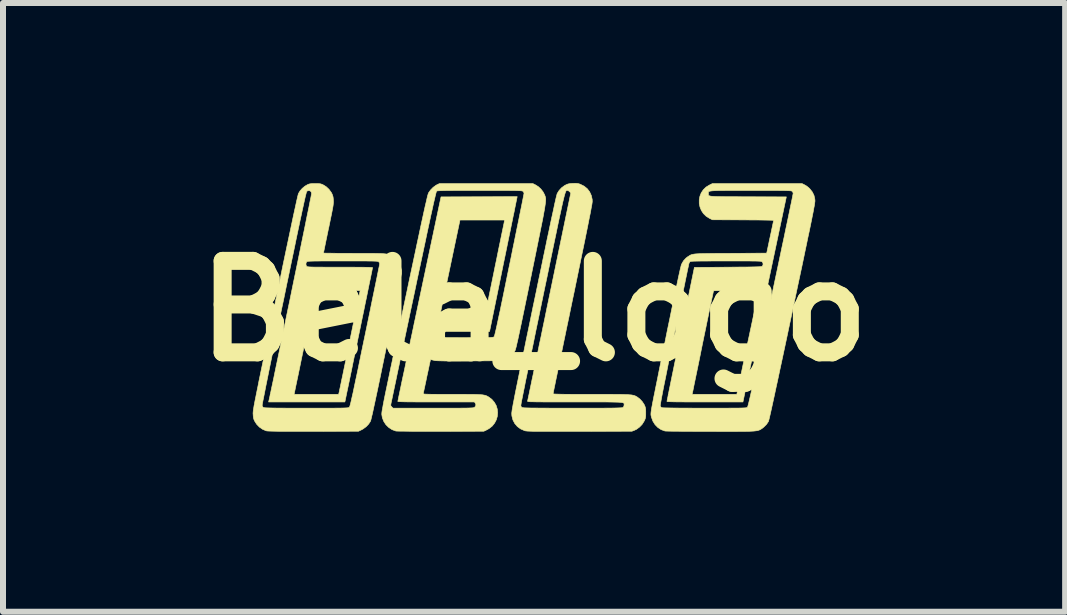
<source format=kicad_pcb>
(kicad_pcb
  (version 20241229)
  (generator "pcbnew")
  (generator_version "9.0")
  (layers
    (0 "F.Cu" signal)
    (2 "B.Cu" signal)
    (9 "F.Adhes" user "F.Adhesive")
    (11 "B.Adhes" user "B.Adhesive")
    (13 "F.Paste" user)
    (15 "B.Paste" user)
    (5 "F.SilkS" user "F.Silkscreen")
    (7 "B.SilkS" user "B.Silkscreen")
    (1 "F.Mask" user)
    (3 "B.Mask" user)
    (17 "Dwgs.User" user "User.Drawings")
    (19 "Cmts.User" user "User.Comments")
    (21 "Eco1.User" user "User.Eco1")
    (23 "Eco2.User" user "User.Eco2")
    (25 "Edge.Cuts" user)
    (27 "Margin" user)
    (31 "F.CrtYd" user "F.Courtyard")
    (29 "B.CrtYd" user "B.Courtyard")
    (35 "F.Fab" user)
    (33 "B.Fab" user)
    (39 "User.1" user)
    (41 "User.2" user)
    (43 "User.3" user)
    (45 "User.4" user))
  (footprint "Bela_logo"
    (layer "F.Cu")
    (at 5.849 2.132)
    (property "Reference" "Bela_logo" (at 0 0 0) (layer "F.SilkS") (effects (font (size 1.524 1.524) (thickness 0.3))))
    (attr through_hole)
    (fp_poly (pts (xy 0.721 -2.125) (xy 0.747 -2.12) (xy 0.772 -2.111) (xy 0.834 -2.08) (xy 0.886 -2.038) (xy 0.926 -1.986) (xy 0.954 -1.925) (xy 0.969 -1.859) (xy 0.97 -1.83) (xy 0.97 -1.82) (xy 0.968 -1.804) (xy 0.965 -1.782) (xy 0.96 -1.753) (xy 0.953 -1.717) (xy 0.945 -1.672) (xy 0.935 -1.619) (xy 0.922 -1.557) (xy 0.908 -1.485) (xy 0.892 -1.403) (xy 0.873 -1.31) (xy 0.852 -1.206) (xy 0.828 -1.089) (xy 0.801 -0.961) (xy 0.772 -0.819) (xy 0.74 -0.664) (xy 0.705 -0.494) (xy 0.667 -0.31) (xy 0.644 -0.202) (xy 0.612 -0.047) (xy 0.581 0.104) (xy 0.55 0.25) (xy 0.521 0.391) (xy 0.493 0.525) (xy 0.467 0.653) (xy 0.442 0.772) (xy 0.419 0.883) (xy 0.398 0.985) (xy 0.379 1.077) (xy 0.362 1.158) (xy 0.348 1.228) (xy 0.336 1.285) (xy 0.327 1.33) (xy 0.321 1.36) (xy 0.318 1.377) (xy 0.317 1.379) (xy 0.32 1.381) (xy 0.33 1.383) (xy 0.347 1.384) (xy 0.372 1.385) (xy 0.406 1.386) (xy 0.451 1.387) (xy 0.506 1.388) (xy 0.572 1.388) (xy 0.652 1.389) (xy 0.744 1.389) (xy 0.851 1.389) (xy 0.955 1.389) (xy 1.075 1.389) (xy 1.181 1.389) (xy 1.272 1.389) (xy 1.351 1.39) (xy 1.419 1.39) (xy 1.476 1.391) (xy 1.524 1.393) (xy 1.564 1.394) (xy 1.596 1.397) (xy 1.623 1.399) (xy 1.644 1.403) (xy 1.662 1.407) (xy 1.677 1.412) (xy 1.69 1.417) (xy 1.702 1.424) (xy 1.715 1.431) (xy 1.718 1.433) (xy 1.762 1.466) (xy 1.802 1.509) (xy 1.834 1.557) (xy 1.84 1.57) (xy 1.85 1.593) (xy 1.856 1.614) (xy 1.86 1.637) (xy 1.861 1.669) (xy 1.861 1.699) (xy 1.861 1.737) (xy 1.859 1.765) (xy 1.855 1.787) (xy 1.848 1.807) (xy 1.837 1.831) (xy 1.835 1.835) (xy 1.802 1.888) (xy 1.758 1.934) (xy 1.708 1.971) (xy 1.677 1.986) (xy 1.631 2.004) (xy 0.758 2.006) (xy 0.621 2.006) (xy 0.499 2.006) (xy 0.391 2.006) (xy 0.297 2.006) (xy 0.214 2.006) (xy 0.143 2.006) (xy 0.082 2.006) (xy 0.03 2.005) (xy -0.013 2.005) (xy -0.048 2.004) (xy -0.077 2.003) (xy -0.099 2.002) (xy -0.117 2.001) (xy -0.131 1.999) (xy -0.143 1.998) (xy -0.151 1.996) (xy -0.159 1.993) (xy -0.16 1.993) (xy -0.224 1.965) (xy -0.278 1.925) (xy -0.321 1.875) (xy -0.352 1.816) (xy -0.369 1.75) (xy -0.371 1.722) (xy -0.372 1.714) (xy -0.371 1.705) (xy -0.371 1.694) (xy -0.369 1.681) (xy -0.367 1.664) (xy -0.364 1.643) (xy -0.36 1.618) (xy -0.354 1.587) (xy -0.352 1.575) (xy -0.221 1.575) (xy -0.212 1.599) (xy -0.198 1.609) (xy -0.192 1.611) (xy -0.179 1.612) (xy -0.159 1.614) (xy -0.13 1.615) (xy -0.093 1.616) (xy -0.047 1.617) (xy 0.01 1.617) (xy 0.078 1.618) (xy 0.158 1.618) (xy 0.25 1.619) (xy 0.356 1.619) (xy 0.476 1.619) (xy 0.611 1.619) (xy 0.643 1.619) (xy 0.777 1.619) (xy 0.895 1.619) (xy 0.999 1.619) (xy 1.091 1.619) (xy 1.169 1.619) (xy 1.237 1.618) (xy 1.294 1.618) (xy 1.341 1.617) (xy 1.38 1.616) (xy 1.411 1.615) (xy 1.435 1.614) (xy 1.453 1.613) (xy 1.466 1.612) (xy 1.475 1.61) (xy 1.481 1.608) (xy 1.483 1.607) (xy 1.497 1.589) (xy 1.5 1.568) (xy 1.501 1.559) (xy 1.501 1.552) (xy 1.501 1.546) (xy 1.499 1.54) (xy 1.494 1.535) (xy 1.486 1.531) (xy 1.474 1.527) (xy 1.457 1.524) (xy 1.433 1.522) (xy 1.402 1.52) (xy 1.364 1.519) (xy 1.316 1.518) (xy 1.259 1.517) (xy 1.191 1.516) (xy 1.112 1.516) (xy 1.02 1.516) (xy 0.915 1.516) (xy 0.796 1.516) (xy 0.682 1.516) (xy 0.552 1.516) (xy 0.437 1.516) (xy 0.336 1.516) (xy 0.248 1.516) (xy 0.173 1.516) (xy 0.109 1.515) (xy 0.055 1.515) (xy 0.011 1.514) (xy -0.025 1.513) (xy -0.053 1.513) (xy -0.074 1.512) (xy -0.089 1.51) (xy -0.099 1.509) (xy -0.105 1.507) (xy -0.108 1.505) (xy -0.108 1.503) (xy -0.108 1.502) (xy -0.106 1.493) (xy -0.101 1.469) (xy -0.093 1.431) (xy -0.082 1.38) (xy -0.069 1.316) (xy -0.053 1.24) (xy -0.035 1.152) (xy -0.014 1.054) (xy 0.008 0.946) (xy 0.033 0.829) (xy 0.059 0.704) (xy 0.086 0.57) (xy 0.116 0.43) (xy 0.146 0.283) (xy 0.178 0.131) (xy 0.21 -0.027) (xy 0.244 -0.189) (xy 0.254 -0.238) (xy 0.612 -1.964) (xy 0.597 -1.984) (xy 0.58 -1.999) (xy 0.562 -2.007) (xy 0.557 -2.008) (xy 0.553 -2.009) (xy 0.548 -2.009) (xy 0.544 -2.009) (xy 0.54 -2.007) (xy 0.536 -2.003) (xy 0.531 -1.996) (xy 0.526 -1.986) (xy 0.521 -1.972) (xy 0.515 -1.954) (xy 0.508 -1.93) (xy 0.5 -1.901) (xy 0.492 -1.866) (xy 0.481 -1.823) (xy 0.47 -1.774) (xy 0.457 -1.716) (xy 0.443 -1.649) (xy 0.426 -1.574) (xy 0.408 -1.489) (xy 0.388 -1.393) (xy 0.366 -1.286) (xy 0.341 -1.168) (xy 0.314 -1.038) (xy 0.284 -0.895) (xy 0.252 -0.739) (xy 0.217 -0.569) (xy 0.178 -0.384) (xy 0.143 -0.214) (xy 0.109 -0.049) (xy 0.076 0.111) (xy 0.043 0.268) (xy 0.012 0.419) (xy -0.017 0.563) (xy -0.046 0.701) (xy -0.072 0.832) (xy -0.097 0.954) (xy -0.12 1.068) (xy -0.142 1.172) (xy -0.16 1.266) (xy -0.177 1.348) (xy -0.191 1.419) (xy -0.203 1.478) (xy -0.212 1.523) (xy -0.217 1.555) (xy -0.22 1.572) (xy -0.221 1.575) (xy -0.352 1.575) (xy -0.348 1.551) (xy -0.339 1.508) (xy -0.33 1.459) (xy -0.319 1.402) (xy -0.306 1.337) (xy -0.291 1.263) (xy -0.274 1.18) (xy -0.255 1.087) (xy -0.234 0.983) (xy -0.21 0.868) (xy -0.184 0.741) (xy -0.155 0.602) (xy -0.124 0.45) (xy -0.089 0.284) (xy -0.052 0.104) (xy -0.012 -0.091) (xy -0.004 -0.128) (xy 0.041 -0.342) (xy 0.082 -0.542) (xy 0.121 -0.726) (xy 0.156 -0.897) (xy 0.189 -1.053) (xy 0.218 -1.195) (xy 0.246 -1.324) (xy 0.27 -1.439) (xy 0.292 -1.543) (xy 0.312 -1.633) (xy 0.329 -1.712) (xy 0.343 -1.78) (xy 0.356 -1.836) (xy 0.366 -1.881) (xy 0.375 -1.916) (xy 0.381 -1.94) (xy 0.385 -1.955) (xy 0.387 -1.959) (xy 0.417 -2.007) (xy 0.458 -2.052) (xy 0.506 -2.088) (xy 0.528 -2.1) (xy 0.554 -2.112) (xy 0.578 -2.119) (xy 0.606 -2.123) (xy 0.643 -2.126) (xy 0.651 -2.126) (xy 0.691 -2.127) (xy 0.721 -2.125)) (stroke (width 0.01) (type solid)) (fill yes) (layer "F.SilkS"))
    (fp_poly (pts (xy -3.607 -2.123) (xy -3.578 -2.121) (xy -3.555 -2.118) (xy -3.535 -2.111) (xy -3.514 -2.102) (xy -3.464 -2.071) (xy -3.418 -2.028) (xy -3.381 -1.978) (xy -3.369 -1.957) (xy -3.357 -1.928) (xy -3.349 -1.9) (xy -3.345 -1.866) (xy -3.344 -1.842) (xy -3.343 -1.826) (xy -3.343 -1.809) (xy -3.345 -1.79) (xy -3.347 -1.767) (xy -3.351 -1.74) (xy -3.357 -1.706) (xy -3.365 -1.664) (xy -3.375 -1.613) (xy -3.388 -1.551) (xy -3.403 -1.477) (xy -3.421 -1.389) (xy -3.425 -1.373) (xy -3.441 -1.296) (xy -3.456 -1.223) (xy -3.47 -1.156) (xy -3.482 -1.097) (xy -3.492 -1.047) (xy -3.5 -1.008) (xy -3.506 -0.981) (xy -3.508 -0.968) (xy -3.508 -0.966) (xy -3.501 -0.965) (xy -3.478 -0.964) (xy -3.443 -0.963) (xy -3.396 -0.963) (xy -3.338 -0.962) (xy -3.271 -0.961) (xy -3.196 -0.961) (xy -3.115 -0.961) (xy -3.028 -0.96) (xy -3.01 -0.96) (xy -2.902 -0.96) (xy -2.808 -0.96) (xy -2.728 -0.96) (xy -2.66 -0.959) (xy -2.603 -0.958) (xy -2.555 -0.957) (xy -2.516 -0.955) (xy -2.484 -0.952) (xy -2.458 -0.949) (xy -2.436 -0.945) (xy -2.418 -0.94) (xy -2.402 -0.935) (xy -2.387 -0.928) (xy -2.376 -0.923) (xy -2.326 -0.89) (xy -2.282 -0.846) (xy -2.247 -0.794) (xy -2.223 -0.737) (xy -2.21 -0.678) (xy -2.21 -0.62) (xy -2.211 -0.62) (xy -2.213 -0.608) (xy -2.218 -0.581) (xy -2.226 -0.541) (xy -2.237 -0.488) (xy -2.25 -0.423) (xy -2.266 -0.346) (xy -2.283 -0.26) (xy -2.303 -0.163) (xy -2.324 -0.059) (xy -2.347 0.054) (xy -2.372 0.173) (xy -2.398 0.298) (xy -2.424 0.428) (xy -2.452 0.562) (xy -2.461 0.607) (xy -2.497 0.779) (xy -2.53 0.937) (xy -2.559 1.079) (xy -2.586 1.208) (xy -2.61 1.323) (xy -2.632 1.425) (xy -2.651 1.514) (xy -2.668 1.592) (xy -2.682 1.658) (xy -2.694 1.713) (xy -2.705 1.757) (xy -2.713 1.791) (xy -2.719 1.816) (xy -2.724 1.832) (xy -2.726 1.838) (xy -2.757 1.885) (xy -2.798 1.928) (xy -2.848 1.965) (xy -2.873 1.979) (xy -2.925 2.004) (xy -3.675 2.006) (xy -3.806 2.006) (xy -3.923 2.006) (xy -4.025 2.006) (xy -4.115 2.006) (xy -4.191 2.005) (xy -4.257 2.005) (xy -4.311 2.004) (xy -4.356 2.003) (xy -4.392 2.002) (xy -4.42 2.001) (xy -4.44 2) (xy -4.455 1.998) (xy -4.463 1.997) (xy -4.522 1.972) (xy -4.577 1.934) (xy -4.623 1.886) (xy -4.656 1.834) (xy -4.668 1.807) (xy -4.675 1.781) (xy -4.679 1.75) (xy -4.681 1.718) (xy -4.682 1.71) (xy -4.682 1.701) (xy -4.681 1.691) (xy -4.68 1.679) (xy -4.679 1.665) (xy -4.676 1.647) (xy -4.673 1.626) (xy -4.669 1.601) (xy -4.664 1.571) (xy -4.531 1.571) (xy -4.525 1.595) (xy -4.509 1.609) (xy -4.508 1.609) (xy -4.502 1.611) (xy -4.488 1.612) (xy -4.467 1.614) (xy -4.438 1.615) (xy -4.399 1.616) (xy -4.351 1.617) (xy -4.291 1.618) (xy -4.22 1.618) (xy -4.137 1.619) (xy -4.04 1.619) (xy -3.929 1.619) (xy -3.803 1.619) (xy -3.793 1.619) (xy -3.672 1.619) (xy -3.566 1.619) (xy -3.473 1.619) (xy -3.394 1.619) (xy -3.326 1.619) (xy -3.269 1.618) (xy -3.222 1.618) (xy -3.184 1.617) (xy -3.154 1.616) (xy -3.13 1.615) (xy -3.113 1.614) (xy -3.1 1.612) (xy -3.091 1.61) (xy -3.085 1.608) (xy -3.081 1.606) (xy -3.079 1.605) (xy -3.077 1.602) (xy -3.074 1.596) (xy -3.07 1.587) (xy -3.066 1.574) (xy -3.061 1.556) (xy -3.055 1.533) (xy -3.048 1.504) (xy -3.04 1.467) (xy -3.03 1.423) (xy -3.018 1.371) (xy -3.005 1.31) (xy -2.99 1.238) (xy -2.973 1.157) (xy -2.953 1.064) (xy -2.931 0.959) (xy -2.907 0.841) (xy -2.88 0.71) (xy -2.85 0.565) (xy -2.817 0.408) (xy -2.789 0.274) (xy -2.762 0.143) (xy -2.736 0.018) (xy -2.712 -0.102) (xy -2.689 -0.214) (xy -2.667 -0.32) (xy -2.647 -0.417) (xy -2.629 -0.504) (xy -2.613 -0.582) (xy -2.6 -0.648) (xy -2.589 -0.703) (xy -2.58 -0.744) (xy -2.575 -0.773) (xy -2.572 -0.787) (xy -2.572 -0.788) (xy -2.577 -0.803) (xy -2.588 -0.818) (xy -2.591 -0.821) (xy -2.595 -0.823) (xy -2.602 -0.825) (xy -2.611 -0.827) (xy -2.625 -0.829) (xy -2.644 -0.83) (xy -2.67 -0.831) (xy -2.703 -0.832) (xy -2.744 -0.832) (xy -2.796 -0.833) (xy -2.858 -0.833) (xy -2.932 -0.833) (xy -3.02 -0.833) (xy -3.121 -0.833) (xy -3.188 -0.833) (xy -3.299 -0.833) (xy -3.395 -0.833) (xy -3.478 -0.833) (xy -3.548 -0.833) (xy -3.606 -0.832) (xy -3.654 -0.832) (xy -3.692 -0.831) (xy -3.722 -0.83) (xy -3.745 -0.829) (xy -3.762 -0.828) (xy -3.774 -0.826) (xy -3.781 -0.824) (xy -3.786 -0.822) (xy -3.788 -0.82) (xy -3.799 -0.8) (xy -3.801 -0.775) (xy -3.794 -0.751) (xy -3.789 -0.745) (xy -3.786 -0.742) (xy -3.781 -0.739) (xy -3.773 -0.737) (xy -3.762 -0.736) (xy -3.745 -0.734) (xy -3.723 -0.733) (xy -3.693 -0.732) (xy -3.654 -0.731) (xy -3.606 -0.731) (xy -3.548 -0.731) (xy -3.477 -0.73) (xy -3.394 -0.73) (xy -3.297 -0.73) (xy -3.233 -0.73) (xy -3.125 -0.73) (xy -3.026 -0.73) (xy -2.939 -0.729) (xy -2.864 -0.729) (xy -2.802 -0.728) (xy -2.752 -0.727) (xy -2.717 -0.725) (xy -2.696 -0.724) (xy -2.691 -0.723) (xy -2.692 -0.714) (xy -2.697 -0.692) (xy -2.704 -0.655) (xy -2.714 -0.607) (xy -2.726 -0.547) (xy -2.741 -0.477) (xy -2.757 -0.398) (xy -2.775 -0.31) (xy -2.794 -0.216) (xy -2.815 -0.116) (xy -2.836 -0.011) (xy -2.859 0.098) (xy -2.882 0.21) (xy -2.905 0.323) (xy -2.929 0.437) (xy -2.952 0.551) (xy -2.975 0.663) (xy -2.998 0.772) (xy -3.02 0.878) (xy -3.04 0.979) (xy -3.06 1.074) (xy -3.078 1.162) (xy -3.095 1.243) (xy -3.11 1.314) (xy -3.123 1.375) (xy -3.133 1.425) (xy -3.141 1.463) (xy -3.146 1.488) (xy -3.148 1.498) (xy -3.153 1.516) (xy -4.423 1.516) (xy -4.419 1.498) (xy -4.415 1.482) (xy -4.408 1.451) (xy -4.399 1.407) (xy -4.395 1.389) (xy -3.998 1.389) (xy -3.256 1.389) (xy -3.247 1.351) (xy -3.244 1.338) (xy -3.239 1.311) (xy -3.23 1.27) (xy -3.219 1.217) (xy -3.206 1.153) (xy -3.19 1.079) (xy -3.173 0.995) (xy -3.154 0.904) (xy -3.134 0.806) (xy -3.113 0.702) (xy -3.09 0.593) (xy -3.072 0.504) (xy -3.049 0.393) (xy -3.027 0.286) (xy -3.006 0.184) (xy -2.986 0.088) (xy -2.968 0.00028) (xy -2.952 -0.08) (xy -2.937 -0.15) (xy -2.925 -0.21) (xy -2.915 -0.258) (xy -2.907 -0.294) (xy -2.903 -0.316) (xy -2.901 -0.323) (xy -2.897 -0.341) (xy -3.268 -0.341) (xy -3.639 -0.341) (xy -3.785 0.363) (xy -3.808 0.471) (xy -3.83 0.577) (xy -3.851 0.681) (xy -3.872 0.78) (xy -3.891 0.873) (xy -3.909 0.96) (xy -3.925 1.038) (xy -3.939 1.105) (xy -3.951 1.161) (xy -3.96 1.205) (xy -3.965 1.228) (xy -3.998 1.389) (xy -4.395 1.389) (xy -4.387 1.351) (xy -4.373 1.283) (xy -4.356 1.204) (xy -4.337 1.115) (xy -4.317 1.016) (xy -4.295 0.91) (xy -4.271 0.796) (xy -4.246 0.675) (xy -4.22 0.549) (xy -4.193 0.418) (xy -4.165 0.283) (xy -4.137 0.145) (xy -4.108 0.005) (xy -4.078 -0.137) (xy -4.049 -0.279) (xy -4.02 -0.421) (xy -3.991 -0.562) (xy -3.962 -0.701) (xy -3.934 -0.837) (xy -3.907 -0.969) (xy -3.881 -1.097) (xy -3.856 -1.219) (xy -3.832 -1.335) (xy -3.81 -1.443) (xy -3.79 -1.544) (xy -3.771 -1.636) (xy -3.754 -1.717) (xy -3.74 -1.789) (xy -3.728 -1.849) (xy -3.718 -1.896) (xy -3.712 -1.93) (xy -3.708 -1.951) (xy -3.707 -1.956) (xy -3.713 -1.983) (xy -3.729 -2) (xy -3.751 -2.007) (xy -3.776 -2.001) (xy -3.785 -1.994) (xy -3.787 -1.991) (xy -3.79 -1.985) (xy -3.794 -1.974) (xy -3.798 -1.959) (xy -3.803 -1.939) (xy -3.81 -1.913) (xy -3.817 -1.881) (xy -3.826 -1.842) (xy -3.836 -1.796) (xy -3.848 -1.741) (xy -3.862 -1.678) (xy -3.877 -1.606) (xy -3.895 -1.525) (xy -3.914 -1.433) (xy -3.936 -1.33) (xy -3.96 -1.216) (xy -3.986 -1.089) (xy -4.015 -0.95) (xy -4.047 -0.798) (xy -4.081 -0.633) (xy -4.119 -0.453) (xy -4.159 -0.258) (xy -4.167 -0.218) (xy -4.202 -0.054) (xy -4.235 0.107) (xy -4.267 0.263) (xy -4.298 0.414) (xy -4.328 0.559) (xy -4.356 0.697) (xy -4.383 0.828) (xy -4.408 0.95) (xy -4.431 1.064) (xy -4.452 1.168) (xy -4.471 1.261) (xy -4.487 1.344) (xy -4.501 1.415) (xy -4.513 1.474) (xy -4.522 1.52) (xy -4.528 1.551) (xy -4.53 1.569) (xy -4.531 1.571) (xy -4.664 1.571) (xy -4.663 1.57) (xy -4.657 1.534) (xy -4.649 1.492) (xy -4.639 1.443) (xy -4.628 1.387) (xy -4.615 1.323) (xy -4.6 1.25) (xy -4.584 1.168) (xy -4.565 1.076) (xy -4.544 0.974) (xy -4.52 0.86) (xy -4.495 0.735) (xy -4.466 0.597) (xy -4.435 0.447) (xy -4.401 0.283) (xy -4.364 0.105) (xy -4.324 -0.088) (xy -4.314 -0.135) (xy -4.268 -0.356) (xy -4.225 -0.561) (xy -4.186 -0.752) (xy -4.149 -0.928) (xy -4.115 -1.089) (xy -4.084 -1.235) (xy -4.056 -1.367) (xy -4.031 -1.486) (xy -4.009 -1.59) (xy -3.989 -1.681) (xy -3.972 -1.759) (xy -3.958 -1.824) (xy -3.946 -1.876) (xy -3.937 -1.915) (xy -3.93 -1.942) (xy -3.926 -1.957) (xy -3.925 -1.958) (xy -3.899 -2.001) (xy -3.862 -2.043) (xy -3.819 -2.079) (xy -3.78 -2.102) (xy -3.758 -2.112) (xy -3.738 -2.118) (xy -3.715 -2.121) (xy -3.685 -2.123) (xy -3.647 -2.123) (xy -3.607 -2.123)) (stroke (width 0.01) (type solid)) (fill yes) (layer "F.SilkS"))
    (fp_poly (pts (xy 4.509 -2.101) (xy 4.54 -2.083) (xy 4.573 -2.057) (xy 4.595 -2.036) (xy 4.637 -1.983) (xy 4.665 -1.926) (xy 4.679 -1.864) (xy 4.68 -1.847) (xy 4.681 -1.84) (xy 4.681 -1.832) (xy 4.68 -1.821) (xy 4.678 -1.808) (xy 4.676 -1.791) (xy 4.673 -1.771) (xy 4.669 -1.746) (xy 4.663 -1.717) (xy 4.657 -1.681) (xy 4.649 -1.639) (xy 4.639 -1.591) (xy 4.628 -1.534) (xy 4.615 -1.47) (xy 4.6 -1.397) (xy 4.583 -1.315) (xy 4.563 -1.223) (xy 4.542 -1.12) (xy 4.518 -1.007) (xy 4.492 -0.881) (xy 4.463 -0.743) (xy 4.431 -0.593) (xy 4.396 -0.429) (xy 4.358 -0.25) (xy 4.318 -0.057) (xy 4.304 0.009) (xy 4.255 0.237) (xy 4.21 0.45) (xy 4.168 0.647) (xy 4.129 0.829) (xy 4.093 0.996) (xy 4.061 1.148) (xy 4.031 1.284) (xy 4.005 1.406) (xy 3.982 1.512) (xy 3.962 1.603) (xy 3.945 1.68) (xy 3.931 1.741) (xy 3.92 1.788) (xy 3.912 1.82) (xy 3.907 1.838) (xy 3.906 1.841) (xy 3.873 1.89) (xy 3.829 1.934) (xy 3.796 1.96) (xy 3.783 1.968) (xy 3.772 1.975) (xy 3.76 1.981) (xy 3.747 1.986) (xy 3.732 1.991) (xy 3.714 1.995) (xy 3.691 1.998) (xy 3.664 2.001) (xy 3.63 2.003) (xy 3.589 2.005) (xy 3.54 2.006) (xy 3.481 2.007) (xy 3.412 2.007) (xy 3.332 2.008) (xy 3.24 2.008) (xy 3.135 2.008) (xy 3.015 2.007) (xy 2.937 2.007) (xy 2.83 2.007) (xy 2.728 2.007) (xy 2.631 2.006) (xy 2.54 2.006) (xy 2.456 2.005) (xy 2.382 2.004) (xy 2.317 2.004) (xy 2.263 2.003) (xy 2.222 2.002) (xy 2.194 2.001) (xy 2.181 2) (xy 2.181 2) (xy 2.118 1.977) (xy 2.063 1.941) (xy 2.017 1.894) (xy 1.981 1.837) (xy 1.957 1.772) (xy 1.95 1.743) (xy 1.949 1.736) (xy 1.948 1.729) (xy 1.948 1.721) (xy 1.948 1.711) (xy 1.949 1.699) (xy 1.95 1.684) (xy 1.953 1.666) (xy 1.956 1.642) (xy 1.961 1.613) (xy 1.966 1.586) (xy 2.103 1.586) (xy 2.103 1.587) (xy 2.117 1.604) (xy 2.125 1.611) (xy 2.136 1.612) (xy 2.163 1.614) (xy 2.204 1.615) (xy 2.262 1.616) (xy 2.334 1.617) (xy 2.421 1.618) (xy 2.523 1.618) (xy 2.639 1.619) (xy 2.77 1.619) (xy 2.839 1.619) (xy 2.96 1.619) (xy 3.067 1.619) (xy 3.16 1.619) (xy 3.24 1.619) (xy 3.308 1.618) (xy 3.366 1.618) (xy 3.413 1.618) (xy 3.451 1.617) (xy 3.482 1.616) (xy 3.506 1.615) (xy 3.523 1.614) (xy 3.536 1.612) (xy 3.545 1.61) (xy 3.55 1.608) (xy 3.554 1.606) (xy 3.555 1.605) (xy 3.557 1.602) (xy 3.56 1.595) (xy 3.564 1.583) (xy 3.568 1.567) (xy 3.574 1.545) (xy 3.581 1.517) (xy 3.589 1.482) (xy 3.599 1.44) (xy 3.61 1.391) (xy 3.623 1.333) (xy 3.637 1.266) (xy 3.654 1.19) (xy 3.673 1.103) (xy 3.694 1.007) (xy 3.717 0.899) (xy 3.742 0.779) (xy 3.77 0.647) (xy 3.801 0.502) (xy 3.835 0.344) (xy 3.871 0.172) (xy 3.911 -0.015) (xy 3.945 -0.175) (xy 3.979 -0.34) (xy 4.013 -0.501) (xy 4.046 -0.657) (xy 4.078 -0.808) (xy 4.108 -0.952) (xy 4.137 -1.09) (xy 4.165 -1.22) (xy 4.19 -1.342) (xy 4.214 -1.455) (xy 4.236 -1.559) (xy 4.255 -1.652) (xy 4.272 -1.734) (xy 4.287 -1.805) (xy 4.299 -1.863) (xy 4.308 -1.908) (xy 4.314 -1.94) (xy 4.318 -1.957) (xy 4.318 -1.959) (xy 4.313 -1.978) (xy 4.302 -1.992) (xy 4.299 -1.995) (xy 4.295 -1.998) (xy 4.289 -2) (xy 4.28 -2.002) (xy 4.267 -2.003) (xy 4.25 -2.004) (xy 4.226 -2.005) (xy 4.195 -2.006) (xy 4.156 -2.007) (xy 4.108 -2.007) (xy 4.05 -2.008) (xy 3.981 -2.008) (xy 3.9 -2.008) (xy 3.806 -2.008) (xy 3.697 -2.008) (xy 3.613 -2.008) (xy 3.491 -2.008) (xy 3.384 -2.008) (xy 3.29 -2.008) (xy 3.21 -2.008) (xy 3.141 -2.007) (xy 3.084 -2.007) (xy 3.037 -2.006) (xy 2.999 -2.004) (xy 2.968 -2.002) (xy 2.946 -1.999) (xy 2.929 -1.996) (xy 2.917 -1.992) (xy 2.91 -1.988) (xy 2.906 -1.982) (xy 2.905 -1.975) (xy 2.905 -1.968) (xy 2.905 -1.96) (xy 2.905 -1.957) (xy 2.905 -1.948) (xy 2.905 -1.94) (xy 2.906 -1.933) (xy 2.909 -1.927) (xy 2.915 -1.922) (xy 2.925 -1.918) (xy 2.941 -1.914) (xy 2.962 -1.911) (xy 2.991 -1.909) (xy 3.027 -1.907) (xy 3.073 -1.906) (xy 3.129 -1.905) (xy 3.196 -1.904) (xy 3.275 -1.904) (xy 3.367 -1.904) (xy 3.473 -1.903) (xy 3.569 -1.903) (xy 4.204 -1.901) (xy 3.481 1.516) (xy 2.848 1.516) (xy 2.728 1.516) (xy 2.624 1.516) (xy 2.534 1.516) (xy 2.457 1.515) (xy 2.392 1.515) (xy 2.339 1.514) (xy 2.297 1.513) (xy 2.264 1.512) (xy 2.24 1.511) (xy 2.225 1.509) (xy 2.217 1.508) (xy 2.215 1.506) (xy 2.217 1.497) (xy 2.221 1.474) (xy 2.229 1.437) (xy 2.238 1.389) (xy 2.634 1.389) (xy 3.379 1.389) (xy 3.428 1.157) (xy 3.438 1.111) (xy 3.45 1.052) (xy 3.465 0.981) (xy 3.482 0.899) (xy 3.501 0.809) (xy 3.522 0.713) (xy 3.543 0.612) (xy 3.565 0.508) (xy 3.588 0.402) (xy 3.61 0.297) (xy 3.611 0.294) (xy 3.744 -0.337) (xy 3.371 -0.339) (xy 3.295 -0.34) (xy 3.225 -0.34) (xy 3.16 -0.34) (xy 3.104 -0.339) (xy 3.058 -0.338) (xy 3.023 -0.338) (xy 3 -0.337) (xy 2.992 -0.335) (xy 2.99 -0.327) (xy 2.984 -0.304) (xy 2.977 -0.268) (xy 2.966 -0.218) (xy 2.953 -0.158) (xy 2.938 -0.087) (xy 2.921 -0.006) (xy 2.903 0.083) (xy 2.883 0.179) (xy 2.862 0.282) (xy 2.839 0.391) (xy 2.816 0.503) (xy 2.814 0.512) (xy 2.791 0.625) (xy 2.769 0.735) (xy 2.748 0.839) (xy 2.728 0.936) (xy 2.709 1.027) (xy 2.692 1.109) (xy 2.677 1.182) (xy 2.664 1.245) (xy 2.654 1.296) (xy 2.646 1.335) (xy 2.64 1.36) (xy 2.638 1.371) (xy 2.638 1.371) (xy 2.634 1.389) (xy 2.238 1.389) (xy 2.239 1.386) (xy 2.251 1.324) (xy 2.266 1.251) (xy 2.283 1.167) (xy 2.302 1.074) (xy 2.323 0.973) (xy 2.345 0.864) (xy 2.369 0.748) (xy 2.394 0.626) (xy 2.42 0.5) (xy 2.444 0.385) (xy 2.672 -0.726) (xy 3.234 -0.73) (xy 3.342 -0.731) (xy 3.435 -0.732) (xy 3.514 -0.732) (xy 3.582 -0.733) (xy 3.637 -0.734) (xy 3.682 -0.735) (xy 3.718 -0.736) (xy 3.746 -0.737) (xy 3.767 -0.738) (xy 3.783 -0.74) (xy 3.793 -0.742) (xy 3.8 -0.744) (xy 3.804 -0.746) (xy 3.806 -0.749) (xy 3.807 -0.75) (xy 3.817 -0.776) (xy 3.813 -0.802) (xy 3.802 -0.818) (xy 3.799 -0.821) (xy 3.794 -0.823) (xy 3.788 -0.825) (xy 3.779 -0.827) (xy 3.765 -0.829) (xy 3.746 -0.83) (xy 3.72 -0.831) (xy 3.687 -0.832) (xy 3.645 -0.832) (xy 3.594 -0.833) (xy 3.531 -0.833) (xy 3.457 -0.833) (xy 3.37 -0.833) (xy 3.268 -0.833) (xy 3.202 -0.833) (xy 3.077 -0.833) (xy 2.967 -0.833) (xy 2.87 -0.832) (xy 2.788 -0.832) (xy 2.72 -0.831) (xy 2.668 -0.83) (xy 2.631 -0.828) (xy 2.609 -0.827) (xy 2.603 -0.825) (xy 2.591 -0.813) (xy 2.582 -0.792) (xy 2.58 -0.788) (xy 2.578 -0.777) (xy 2.573 -0.751) (xy 2.564 -0.711) (xy 2.553 -0.659) (xy 2.54 -0.594) (xy 2.524 -0.519) (xy 2.507 -0.433) (xy 2.487 -0.337) (xy 2.466 -0.234) (xy 2.443 -0.122) (xy 2.418 -0.004) (xy 2.393 0.12) (xy 2.366 0.249) (xy 2.339 0.382) (xy 2.334 0.407) (xy 2.3 0.573) (xy 2.269 0.724) (xy 2.241 0.86) (xy 2.217 0.982) (xy 2.195 1.092) (xy 2.175 1.189) (xy 2.158 1.273) (xy 2.144 1.346) (xy 2.132 1.409) (xy 2.122 1.461) (xy 2.115 1.503) (xy 2.109 1.536) (xy 2.105 1.56) (xy 2.103 1.577) (xy 2.103 1.586) (xy 1.966 1.586) (xy 1.968 1.578) (xy 1.975 1.537) (xy 1.985 1.487) (xy 1.996 1.429) (xy 2.01 1.363) (xy 2.025 1.286) (xy 2.043 1.199) (xy 2.063 1.1) (xy 2.085 0.989) (xy 2.11 0.866) (xy 2.139 0.729) (xy 2.17 0.577) (xy 2.19 0.478) (xy 2.227 0.295) (xy 2.262 0.128) (xy 2.293 -0.025) (xy 2.322 -0.162) (xy 2.348 -0.286) (xy 2.371 -0.394) (xy 2.391 -0.489) (xy 2.408 -0.57) (xy 2.423 -0.637) (xy 2.435 -0.691) (xy 2.445 -0.732) (xy 2.452 -0.76) (xy 2.457 -0.775) (xy 2.457 -0.777) (xy 2.49 -0.835) (xy 2.532 -0.881) (xy 2.562 -0.904) (xy 2.577 -0.913) (xy 2.59 -0.922) (xy 2.602 -0.929) (xy 2.615 -0.935) (xy 2.629 -0.94) (xy 2.647 -0.944) (xy 2.668 -0.948) (xy 2.695 -0.951) (xy 2.728 -0.953) (xy 2.768 -0.955) (xy 2.817 -0.956) (xy 2.876 -0.957) (xy 2.946 -0.958) (xy 3.027 -0.959) (xy 3.122 -0.959) (xy 3.231 -0.96) (xy 3.274 -0.96) (xy 3.877 -0.964) (xy 3.934 -1.234) (xy 3.948 -1.298) (xy 3.96 -1.356) (xy 3.971 -1.407) (xy 3.98 -1.45) (xy 3.987 -1.483) (xy 3.991 -1.503) (xy 3.992 -1.51) (xy 3.985 -1.511) (xy 3.962 -1.512) (xy 3.927 -1.513) (xy 3.88 -1.514) (xy 3.822 -1.515) (xy 3.755 -1.516) (xy 3.679 -1.517) (xy 3.598 -1.517) (xy 3.511 -1.518) (xy 3.483 -1.518) (xy 2.973 -1.52) (xy 2.925 -1.543) (xy 2.868 -1.579) (xy 2.822 -1.624) (xy 2.788 -1.676) (xy 2.765 -1.733) (xy 2.753 -1.792) (xy 2.753 -1.853) (xy 2.764 -1.912) (xy 2.786 -1.968) (xy 2.821 -2.02) (xy 2.866 -2.064) (xy 2.92 -2.097) (xy 2.972 -2.123) (xy 4.465 -2.123) (xy 4.509 -2.101)) (stroke (width 0.01) (type solid)) (fill yes) (layer "F.SilkS"))
    (fp_poly (pts (xy 0.026 -2.1) (xy 0.072 -2.071) (xy 0.114 -2.032) (xy 0.149 -1.987) (xy 0.173 -1.942) (xy 0.174 -1.94) (xy 0.179 -1.928) (xy 0.183 -1.917) (xy 0.187 -1.906) (xy 0.19 -1.895) (xy 0.192 -1.883) (xy 0.194 -1.87) (xy 0.194 -1.853) (xy 0.193 -1.833) (xy 0.191 -1.809) (xy 0.187 -1.78) (xy 0.182 -1.746) (xy 0.176 -1.705) (xy 0.167 -1.657) (xy 0.157 -1.601) (xy 0.145 -1.536) (xy 0.13 -1.462) (xy 0.113 -1.378) (xy 0.094 -1.283) (xy 0.072 -1.176) (xy 0.048 -1.057) (xy 0.021 -0.924) (xy -0.009 -0.778) (xy -0.042 -0.617) (xy -0.047 -0.591) (xy -0.081 -0.427) (xy -0.112 -0.277) (xy -0.14 -0.142) (xy -0.165 -0.02) (xy -0.188 0.09) (xy -0.208 0.187) (xy -0.226 0.273) (xy -0.242 0.348) (xy -0.256 0.413) (xy -0.268 0.469) (xy -0.279 0.516) (xy -0.288 0.556) (xy -0.295 0.588) (xy -0.302 0.614) (xy -0.308 0.634) (xy -0.312 0.649) (xy -0.316 0.66) (xy -0.318 0.664) (xy -0.35 0.715) (xy -0.395 0.761) (xy -0.447 0.798) (xy -0.467 0.808) (xy -0.512 0.829) (xy -1.068 0.832) (xy -1.176 0.832) (xy -1.27 0.833) (xy -1.351 0.833) (xy -1.419 0.833) (xy -1.476 0.833) (xy -1.523 0.832) (xy -1.561 0.831) (xy -1.592 0.83) (xy -1.617 0.829) (xy -1.636 0.828) (xy -1.651 0.826) (xy -1.664 0.823) (xy -1.673 0.821) (xy -1.699 0.815) (xy -1.718 0.811) (xy -1.725 0.811) (xy -1.727 0.819) (xy -1.732 0.841) (xy -1.74 0.875) (xy -1.749 0.919) (xy -1.76 0.972) (xy -1.773 1.031) (xy -1.786 1.091) (xy -1.799 1.156) (xy -1.812 1.216) (xy -1.823 1.269) (xy -1.833 1.314) (xy -1.84 1.348) (xy -1.845 1.371) (xy -1.847 1.379) (xy -1.845 1.381) (xy -1.836 1.383) (xy -1.82 1.385) (xy -1.795 1.386) (xy -1.76 1.387) (xy -1.715 1.388) (xy -1.658 1.388) (xy -1.588 1.389) (xy -1.505 1.389) (xy -1.408 1.389) (xy -1.364 1.389) (xy -1.259 1.389) (xy -1.169 1.389) (xy -1.092 1.39) (xy -1.027 1.39) (xy -0.972 1.391) (xy -0.928 1.393) (xy -0.891 1.395) (xy -0.861 1.397) (xy -0.838 1.401) (xy -0.818 1.405) (xy -0.802 1.41) (xy -0.787 1.416) (xy -0.773 1.424) (xy -0.758 1.432) (xy -0.758 1.432) (xy -0.704 1.472) (xy -0.662 1.521) (xy -0.631 1.575) (xy -0.613 1.634) (xy -0.607 1.694) (xy -0.612 1.755) (xy -0.629 1.814) (xy -0.658 1.869) (xy -0.697 1.918) (xy -0.749 1.959) (xy -0.786 1.98) (xy -0.837 2.004) (xy -1.556 2.006) (xy -1.665 2.006) (xy -1.769 2.006) (xy -1.867 2.005) (xy -1.958 2.005) (xy -2.041 2.005) (xy -2.115 2.004) (xy -2.178 2.003) (xy -2.23 2.003) (xy -2.269 2.002) (xy -2.294 2.001) (xy -2.304 2) (xy -2.366 1.977) (xy -2.421 1.941) (xy -2.468 1.895) (xy -2.504 1.84) (xy -2.528 1.779) (xy -2.537 1.725) (xy -2.537 1.718) (xy -2.537 1.71) (xy -2.536 1.699) (xy -2.535 1.685) (xy -2.532 1.667) (xy -2.529 1.646) (xy -2.524 1.62) (xy -2.518 1.588) (xy -2.515 1.57) (xy -2.389 1.57) (xy -2.384 1.582) (xy -2.371 1.598) (xy -2.37 1.6) (xy -2.35 1.619) (xy -1.68 1.619) (xy -1.562 1.619) (xy -1.458 1.619) (xy -1.368 1.619) (xy -1.291 1.619) (xy -1.226 1.619) (xy -1.171 1.618) (xy -1.126 1.618) (xy -1.09 1.617) (xy -1.061 1.616) (xy -1.039 1.615) (xy -1.023 1.614) (xy -1.011 1.612) (xy -1.003 1.61) (xy -0.997 1.608) (xy -0.992 1.605) (xy -0.989 1.603) (xy -0.972 1.581) (xy -0.97 1.556) (xy -0.981 1.534) (xy -0.993 1.516) (xy -1.632 1.516) (xy -1.752 1.516) (xy -1.857 1.516) (xy -1.947 1.516) (xy -2.025 1.515) (xy -2.09 1.515) (xy -2.144 1.514) (xy -2.186 1.513) (xy -2.219 1.512) (xy -2.243 1.511) (xy -2.259 1.509) (xy -2.268 1.508) (xy -2.27 1.506) (xy -2.268 1.498) (xy -2.263 1.474) (xy -2.256 1.437) (xy -2.245 1.386) (xy -2.232 1.322) (xy -2.216 1.246) (xy -2.198 1.159) (xy -2.177 1.062) (xy -2.154 0.955) (xy -2.13 0.838) (xy -2.104 0.713) (xy -2.076 0.581) (xy -2.046 0.441) (xy -2.015 0.295) (xy -1.997 0.208) (xy -1.596 0.208) (xy -1.588 0.21) (xy -1.566 0.211) (xy -1.531 0.212) (xy -1.485 0.213) (xy -1.429 0.213) (xy -1.365 0.214) (xy -1.295 0.214) (xy -1.22 0.214) (xy -0.845 0.214) (xy -0.671 -0.633) (xy -0.648 -0.747) (xy -0.625 -0.856) (xy -0.604 -0.961) (xy -0.584 -1.059) (xy -0.565 -1.15) (xy -0.548 -1.233) (xy -0.533 -1.306) (xy -0.52 -1.369) (xy -0.509 -1.421) (xy -0.501 -1.46) (xy -0.496 -1.486) (xy -0.494 -1.498) (xy -0.494 -1.498) (xy -0.49 -1.516) (xy -0.862 -1.516) (xy -1.234 -1.516) (xy -1.415 -0.657) (xy -1.439 -0.543) (xy -1.462 -0.433) (xy -1.484 -0.328) (xy -1.505 -0.23) (xy -1.524 -0.139) (xy -1.541 -0.056) (xy -1.557 0.017) (xy -1.57 0.08) (xy -1.58 0.131) (xy -1.588 0.17) (xy -1.594 0.196) (xy -1.596 0.208) (xy -1.596 0.208) (xy -1.997 0.208) (xy -1.983 0.143) (xy -1.95 -0.013) (xy -1.916 -0.174) (xy -1.91 -0.202) (xy -1.55 -1.901) (xy -0.916 -1.903) (xy -0.281 -1.905) (xy -0.318 -1.724) (xy -0.324 -1.693) (xy -0.333 -1.647) (xy -0.346 -1.588) (xy -0.36 -1.518) (xy -0.377 -1.436) (xy -0.395 -1.345) (xy -0.416 -1.246) (xy -0.438 -1.139) (xy -0.461 -1.026) (xy -0.485 -0.909) (xy -0.51 -0.789) (xy -0.535 -0.665) (xy -0.548 -0.601) (xy -0.741 0.341) (xy -1.228 0.341) (xy -1.328 0.341) (xy -1.413 0.341) (xy -1.485 0.342) (xy -1.545 0.342) (xy -1.593 0.342) (xy -1.632 0.343) (xy -1.662 0.344) (xy -1.685 0.345) (xy -1.701 0.346) (xy -1.713 0.348) (xy -1.721 0.35) (xy -1.726 0.353) (xy -1.729 0.356) (xy -1.73 0.357) (xy -1.742 0.376) (xy -1.746 0.393) (xy -1.741 0.413) (xy -1.73 0.429) (xy -1.727 0.432) (xy -1.722 0.435) (xy -1.716 0.437) (xy -1.705 0.439) (xy -1.691 0.44) (xy -1.67 0.442) (xy -1.643 0.443) (xy -1.608 0.443) (xy -1.563 0.444) (xy -1.508 0.444) (xy -1.442 0.444) (xy -1.362 0.444) (xy -1.269 0.444) (xy -1.199 0.445) (xy -1.096 0.444) (xy -1.007 0.444) (xy -0.932 0.444) (xy -0.869 0.444) (xy -0.818 0.443) (xy -0.776 0.443) (xy -0.743 0.442) (xy -0.718 0.441) (xy -0.7 0.439) (xy -0.686 0.438) (xy -0.677 0.436) (xy -0.672 0.433) (xy -0.668 0.431) (xy -0.665 0.427) (xy -0.662 0.42) (xy -0.658 0.409) (xy -0.653 0.392) (xy -0.648 0.37) (xy -0.641 0.342) (xy -0.633 0.307) (xy -0.623 0.263) (xy -0.612 0.212) (xy -0.599 0.151) (xy -0.584 0.08) (xy -0.566 -0.001) (xy -0.547 -0.094) (xy -0.525 -0.199) (xy -0.501 -0.316) (xy -0.474 -0.447) (xy -0.445 -0.591) (xy -0.412 -0.751) (xy -0.409 -0.765) (xy -0.381 -0.9) (xy -0.355 -1.03) (xy -0.329 -1.156) (xy -0.305 -1.275) (xy -0.282 -1.388) (xy -0.26 -1.494) (xy -0.241 -1.59) (xy -0.223 -1.678) (xy -0.207 -1.756) (xy -0.194 -1.822) (xy -0.183 -1.877) (xy -0.175 -1.919) (xy -0.169 -1.947) (xy -0.167 -1.961) (xy -0.167 -1.962) (xy -0.172 -1.978) (xy -0.183 -1.992) (xy -0.186 -1.995) (xy -0.19 -1.997) (xy -0.195 -2) (xy -0.204 -2.001) (xy -0.216 -2.003) (xy -0.234 -2.004) (xy -0.257 -2.005) (xy -0.287 -2.006) (xy -0.325 -2.007) (xy -0.372 -2.007) (xy -0.429 -2.008) (xy -0.496 -2.008) (xy -0.575 -2.008) (xy -0.667 -2.008) (xy -0.773 -2.008) (xy -0.894 -2.008) (xy -0.903 -2.008) (xy -1.029 -2.008) (xy -1.139 -2.008) (xy -1.235 -2.008) (xy -1.318 -2.008) (xy -1.389 -2.007) (xy -1.448 -2.007) (xy -1.497 -2.006) (xy -1.537 -2.005) (xy -1.568 -2.004) (xy -1.591 -2.003) (xy -1.607 -2.001) (xy -1.617 -2) (xy -1.623 -1.998) (xy -1.623 -1.997) (xy -1.625 -1.994) (xy -1.628 -1.985) (xy -1.633 -1.97) (xy -1.638 -1.95) (xy -1.645 -1.922) (xy -1.653 -1.887) (xy -1.663 -1.845) (xy -1.675 -1.794) (xy -1.688 -1.734) (xy -1.703 -1.665) (xy -1.721 -1.586) (xy -1.74 -1.496) (xy -1.762 -1.395) (xy -1.786 -1.283) (xy -1.812 -1.159) (xy -1.841 -1.023) (xy -1.873 -0.873) (xy -1.908 -0.709) (xy -1.946 -0.532) (xy -1.986 -0.34) (xy -2.013 -0.213) (xy -2.048 -0.049) (xy -2.082 0.112) (xy -2.115 0.268) (xy -2.147 0.419) (xy -2.177 0.564) (xy -2.207 0.701) (xy -2.234 0.832) (xy -2.26 0.954) (xy -2.284 1.067) (xy -2.305 1.17) (xy -2.325 1.263) (xy -2.342 1.345) (xy -2.357 1.416) (xy -2.369 1.474) (xy -2.379 1.519) (xy -2.385 1.55) (xy -2.388 1.567) (xy -2.389 1.57) (xy -2.515 1.57) (xy -2.511 1.55) (xy -2.503 1.506) (xy -2.493 1.455) (xy -2.481 1.396) (xy -2.467 1.329) (xy -2.451 1.253) (xy -2.433 1.167) (xy -2.413 1.071) (xy -2.391 0.964) (xy -2.366 0.847) (xy -2.339 0.717) (xy -2.309 0.574) (xy -2.276 0.419) (xy -2.24 0.249) (xy -2.201 0.066) (xy -2.16 -0.129) (xy -2.117 -0.331) (xy -2.078 -0.518) (xy -2.041 -0.691) (xy -2.007 -0.85) (xy -1.976 -0.995) (xy -1.948 -1.128) (xy -1.922 -1.248) (xy -1.899 -1.357) (xy -1.878 -1.455) (xy -1.859 -1.542) (xy -1.842 -1.62) (xy -1.827 -1.688) (xy -1.814 -1.747) (xy -1.802 -1.797) (xy -1.792 -1.84) (xy -1.784 -1.876) (xy -1.777 -1.905) (xy -1.771 -1.928) (xy -1.766 -1.945) (xy -1.762 -1.958) (xy -1.759 -1.966) (xy -1.758 -1.968) (xy -1.724 -2.016) (xy -1.681 -2.06) (xy -1.633 -2.095) (xy -1.62 -2.102) (xy -1.576 -2.123) (xy -0.02 -2.123) (xy 0.026 -2.1)) (stroke (width 0.01) (type solid)) (fill yes) (layer "F.SilkS")))
  (gr_rect
    (start -3 -3)
    (end 14.699 7.144)
    (stroke (width 0.1) (type default))
    (fill no)
    (layer "Edge.Cuts")))
</source>
